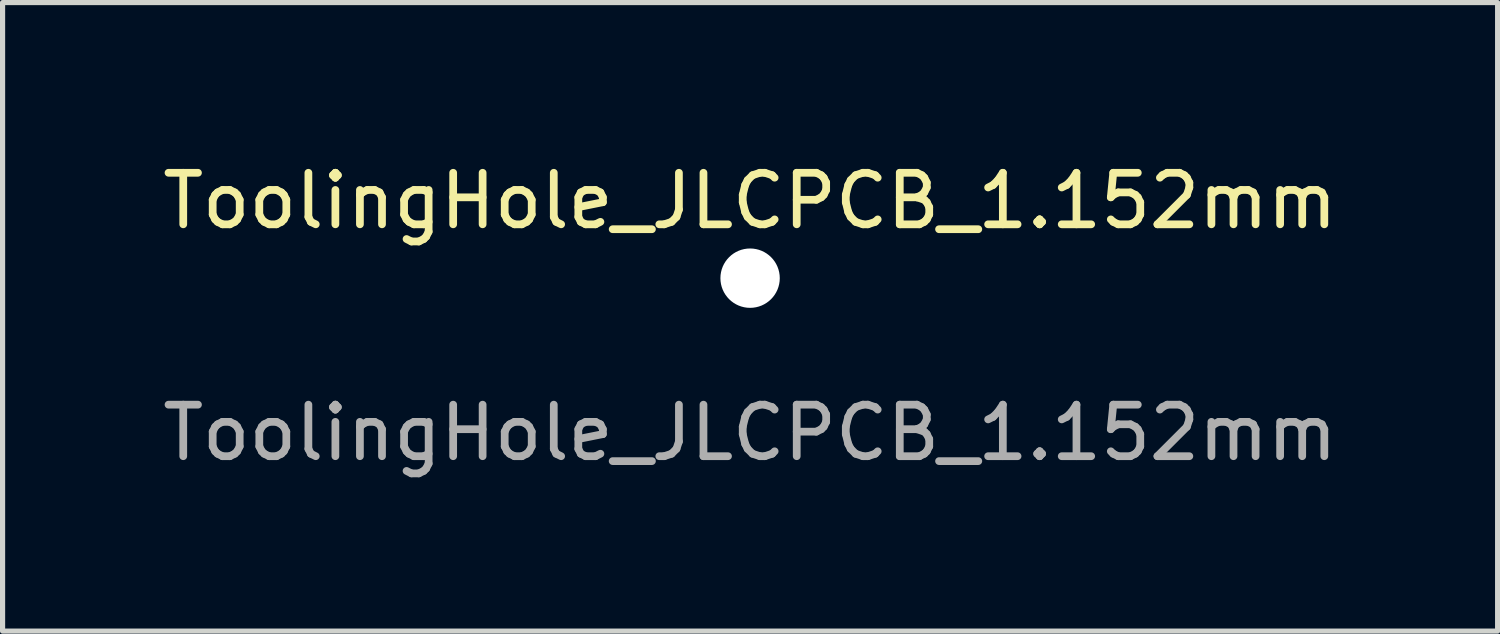
<source format=kicad_pcb>
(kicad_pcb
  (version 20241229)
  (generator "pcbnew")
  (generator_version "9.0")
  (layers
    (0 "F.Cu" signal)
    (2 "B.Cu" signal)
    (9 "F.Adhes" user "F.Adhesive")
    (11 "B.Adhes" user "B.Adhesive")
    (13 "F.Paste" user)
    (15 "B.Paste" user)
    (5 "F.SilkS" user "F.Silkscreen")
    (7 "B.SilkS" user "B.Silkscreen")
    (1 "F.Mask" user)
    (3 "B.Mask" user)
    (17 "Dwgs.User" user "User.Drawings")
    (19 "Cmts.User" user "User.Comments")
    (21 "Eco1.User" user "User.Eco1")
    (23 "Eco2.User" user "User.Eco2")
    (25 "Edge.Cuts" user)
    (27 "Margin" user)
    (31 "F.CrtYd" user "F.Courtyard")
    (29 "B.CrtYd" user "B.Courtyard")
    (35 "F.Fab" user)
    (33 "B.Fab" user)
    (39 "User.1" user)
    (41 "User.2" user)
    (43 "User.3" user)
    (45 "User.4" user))
  (footprint "ToolingHole_JLCPCB_1.152mm"
    (layer "F.Cu")
    (at 11.506 2.348)
    (property "Reference" "ToolingHole_JLCPCB_1.152mm" (at 0 -1.5 0) (unlocked yes) (layer "F.SilkS") (effects (font (size 1 1) (thickness 0.15))))
    (attr through_hole)
    (fp_text user "${REFERENCE}" (at 0 3 0) (unlocked yes) (layer "F.Fab") (effects (font (size 1 1) (thickness 0.15))))
    (pad "" np_thru_hole circle (at 0 0) (size 1.152 1.152) (drill 1.152) (layers "*.Cu" "*.Mask")))
  (gr_rect
    (start -3 -3)
    (end 26.012 9.197)
    (stroke (width 0.1) (type default))
    (fill no)
    (layer "Edge.Cuts")))
</source>
